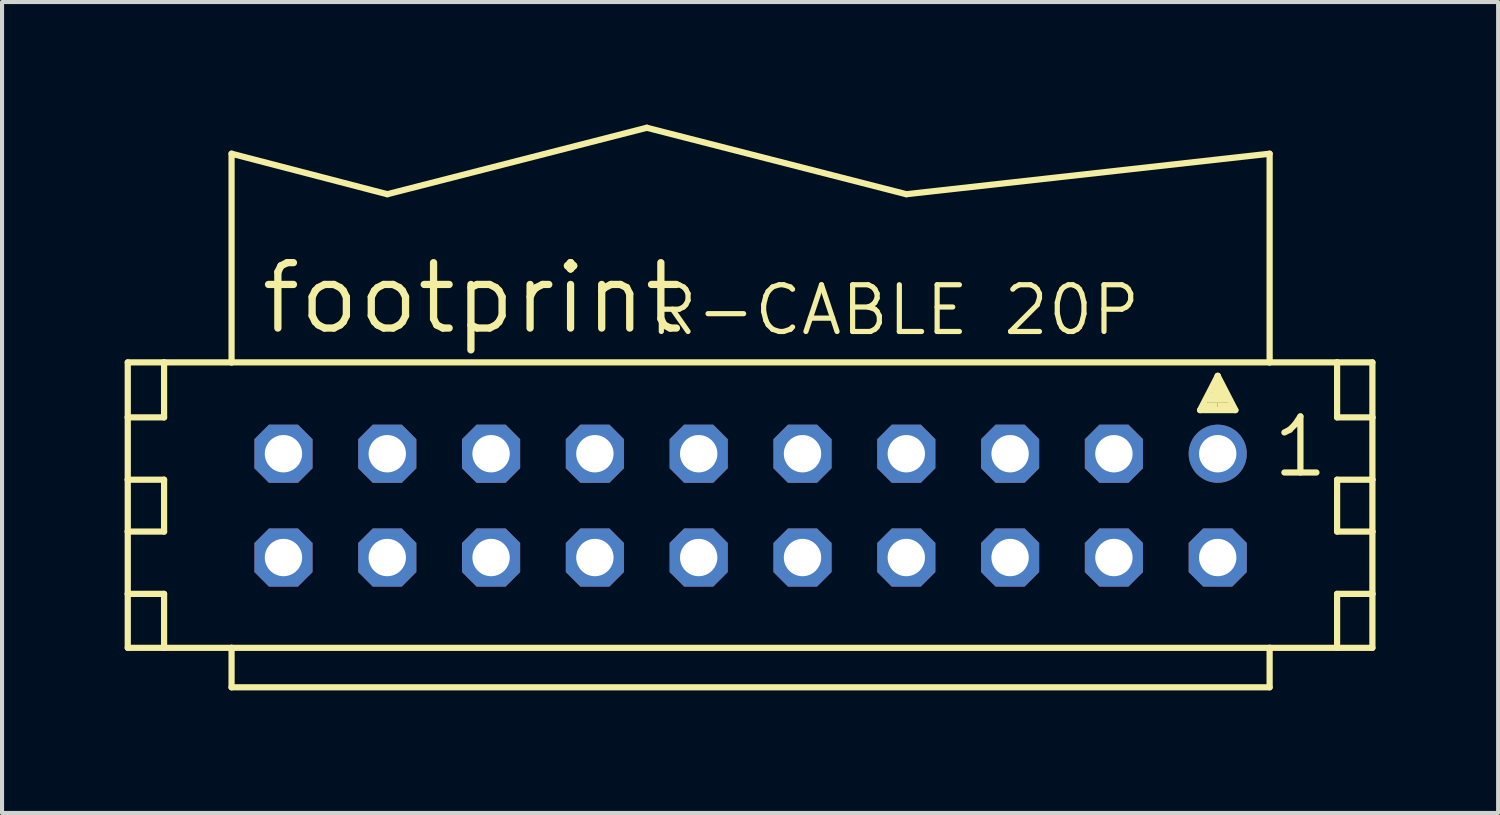
<source format=kicad_pcb>
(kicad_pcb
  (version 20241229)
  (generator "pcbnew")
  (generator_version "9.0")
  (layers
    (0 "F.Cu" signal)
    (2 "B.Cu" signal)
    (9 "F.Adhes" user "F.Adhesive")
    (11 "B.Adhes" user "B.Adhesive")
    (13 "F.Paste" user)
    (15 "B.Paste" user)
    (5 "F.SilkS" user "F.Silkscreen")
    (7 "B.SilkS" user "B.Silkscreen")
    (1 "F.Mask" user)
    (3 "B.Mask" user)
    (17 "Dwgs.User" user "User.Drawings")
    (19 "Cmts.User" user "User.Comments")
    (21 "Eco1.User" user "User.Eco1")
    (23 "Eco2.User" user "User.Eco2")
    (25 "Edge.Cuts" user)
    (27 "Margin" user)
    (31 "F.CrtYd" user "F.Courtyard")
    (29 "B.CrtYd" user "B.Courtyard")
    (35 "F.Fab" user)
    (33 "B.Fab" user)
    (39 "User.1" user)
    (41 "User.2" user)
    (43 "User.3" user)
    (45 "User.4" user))
  (footprint "footprint"
    (layer "F.Cu")
    (at 15.316 9.322)
    (property "Reference" "footprint" (at -12.065 -4.14 0) (layer "F.SilkS") (effects (font (size 1.6 1.6) (thickness 0.178)) (justify left bottom)))
    (fp_line (start -15.24 -3.505) (end -15.24 -2.159) (stroke (width 0.152) (type solid)) (layer "F.SilkS"))
    (fp_line (start -15.24 -2.159) (end -15.24 -0.635) (stroke (width 0.152) (type solid)) (layer "F.SilkS"))
    (fp_line (start -15.24 -2.159) (end -14.351 -2.159) (stroke (width 0.152) (type solid)) (layer "F.SilkS"))
    (fp_line (start -15.24 -0.635) (end -15.24 0.635) (stroke (width 0.152) (type solid)) (layer "F.SilkS"))
    (fp_line (start -15.24 -0.635) (end -14.351 -0.635) (stroke (width 0.152) (type solid)) (layer "F.SilkS"))
    (fp_line (start -15.24 0.635) (end -15.24 2.159) (stroke (width 0.152) (type solid)) (layer "F.SilkS"))
    (fp_line (start -15.24 0.635) (end -14.351 0.635) (stroke (width 0.152) (type solid)) (layer "F.SilkS"))
    (fp_line (start -15.24 2.159) (end -15.24 3.48) (stroke (width 0.152) (type solid)) (layer "F.SilkS"))
    (fp_line (start -15.24 2.159) (end -14.351 2.159) (stroke (width 0.152) (type solid)) (layer "F.SilkS"))
    (fp_line (start -15.24 3.48) (end -14.351 3.48) (stroke (width 0.152) (type solid)) (layer "F.SilkS"))
    (fp_line (start -14.351 -3.505) (end -15.24 -3.505) (stroke (width 0.152) (type solid)) (layer "F.SilkS"))
    (fp_line (start -14.351 -3.505) (end -14.351 -2.159) (stroke (width 0.152) (type solid)) (layer "F.SilkS"))
    (fp_line (start -14.351 -0.635) (end -14.351 0.635) (stroke (width 0.152) (type solid)) (layer "F.SilkS"))
    (fp_line (start -14.351 2.159) (end -14.351 3.48) (stroke (width 0.152) (type solid)) (layer "F.SilkS"))
    (fp_line (start -14.351 3.48) (end -12.7 3.48) (stroke (width 0.152) (type solid)) (layer "F.SilkS"))
    (fp_line (start -12.7 -3.505) (end -14.351 -3.505) (stroke (width 0.152) (type solid)) (layer "F.SilkS"))
    (fp_line (start -12.7 -3.505) (end -12.7 -8.611) (stroke (width 0.152) (type solid)) (layer "F.SilkS"))
    (fp_line (start -12.7 3.48) (end -12.7 4.445) (stroke (width 0.152) (type solid)) (layer "F.SilkS"))
    (fp_line (start -12.7 3.48) (end 12.7 3.48) (stroke (width 0.152) (type solid)) (layer "F.SilkS"))
    (fp_line (start -8.89 -7.62) (end -12.7 -8.611) (stroke (width 0.152) (type solid)) (layer "F.SilkS"))
    (fp_line (start -8.89 -7.62) (end -2.54 -9.246) (stroke (width 0.152) (type solid)) (layer "F.SilkS"))
    (fp_line (start 3.81 -7.62) (end -2.54 -9.246) (stroke (width 0.152) (type solid)) (layer "F.SilkS"))
    (fp_line (start 3.81 -7.62) (end 12.7 -8.611) (stroke (width 0.152) (type solid)) (layer "F.SilkS"))
    (fp_line (start 10.998 -2.337) (end 11.43 -3.175) (stroke (width 0.152) (type solid)) (layer "F.SilkS"))
    (fp_line (start 11.43 -3.175) (end 11.43 -2.921) (stroke (width 0.152) (type solid)) (layer "F.SilkS"))
    (fp_line (start 11.43 -3.175) (end 11.862 -2.337) (stroke (width 0.152) (type solid)) (layer "F.SilkS"))
    (fp_line (start 11.862 -2.337) (end 10.998 -2.337) (stroke (width 0.152) (type solid)) (layer "F.SilkS"))
    (fp_line (start 12.7 -3.505) (end -12.7 -3.505) (stroke (width 0.152) (type solid)) (layer "F.SilkS"))
    (fp_line (start 12.7 -3.505) (end 12.7 -8.611) (stroke (width 0.152) (type solid)) (layer "F.SilkS"))
    (fp_line (start 12.7 3.48) (end 12.7 4.445) (stroke (width 0.152) (type solid)) (layer "F.SilkS"))
    (fp_line (start 12.7 3.48) (end 14.351 3.48) (stroke (width 0.152) (type solid)) (layer "F.SilkS"))
    (fp_line (start 12.7 4.445) (end -12.7 4.445) (stroke (width 0.152) (type solid)) (layer "F.SilkS"))
    (fp_line (start 14.351 -3.505) (end 12.7 -3.505) (stroke (width 0.152) (type solid)) (layer "F.SilkS"))
    (fp_line (start 14.351 -3.505) (end 14.351 -2.159) (stroke (width 0.152) (type solid)) (layer "F.SilkS"))
    (fp_line (start 14.351 -2.159) (end 15.215 -2.159) (stroke (width 0.152) (type solid)) (layer "F.SilkS"))
    (fp_line (start 14.351 -0.635) (end 14.351 0.635) (stroke (width 0.152) (type solid)) (layer "F.SilkS"))
    (fp_line (start 14.351 -0.635) (end 15.215 -0.635) (stroke (width 0.152) (type solid)) (layer "F.SilkS"))
    (fp_line (start 14.351 0.635) (end 15.215 0.635) (stroke (width 0.152) (type solid)) (layer "F.SilkS"))
    (fp_line (start 14.351 2.159) (end 14.351 3.48) (stroke (width 0.152) (type solid)) (layer "F.SilkS"))
    (fp_line (start 14.351 2.159) (end 15.215 2.159) (stroke (width 0.152) (type solid)) (layer "F.SilkS"))
    (fp_line (start 14.351 3.48) (end 15.215 3.48) (stroke (width 0.152) (type solid)) (layer "F.SilkS"))
    (fp_line (start 15.215 -3.505) (end 14.351 -3.505) (stroke (width 0.152) (type solid)) (layer "F.SilkS"))
    (fp_line (start 15.215 -2.159) (end 15.215 -3.505) (stroke (width 0.152) (type solid)) (layer "F.SilkS"))
    (fp_line (start 15.215 -0.635) (end 15.215 -2.159) (stroke (width 0.152) (type solid)) (layer "F.SilkS"))
    (fp_line (start 15.215 0.635) (end 15.215 -0.635) (stroke (width 0.152) (type solid)) (layer "F.SilkS"))
    (fp_line (start 15.215 2.159) (end 15.215 0.635) (stroke (width 0.152) (type solid)) (layer "F.SilkS"))
    (fp_line (start 15.215 3.48) (end 15.215 2.159) (stroke (width 0.152) (type solid)) (layer "F.SilkS"))
    (fp_poly (pts (xy 11.049 -2.388) (xy 11.43 -2.388) (xy 11.43 -2.515) (xy 11.049 -2.515)) (stroke (width 0) (type solid)) (fill yes) (layer "F.SilkS"))
    (fp_poly (pts (xy 11.176 -2.515) (xy 11.684 -2.515) (xy 11.684 -2.769) (xy 11.176 -2.769)) (stroke (width 0) (type solid)) (fill yes) (layer "F.SilkS"))
    (fp_poly (pts (xy 11.303 -2.718) (xy 11.557 -2.718) (xy 11.557 -2.972) (xy 11.303 -2.972)) (stroke (width 0) (type solid)) (fill yes) (layer "F.SilkS"))
    (fp_poly (pts (xy 11.43 -2.388) (xy 11.811 -2.388) (xy 11.811 -2.515) (xy 11.43 -2.515)) (stroke (width 0) (type solid)) (fill yes) (layer "F.SilkS"))
    (fp_text user "1" (at 12.7 -0.635 0) (layer "F.SilkS") (effects (font (size 1.372 1.372) (thickness 0.152)) (justify left bottom)))
    (fp_text user "R-CABLE 20P" (at -2.54 -4.115 0) (layer "F.SilkS") (effects (font (size 1.143 1.143) (thickness 0.127)) (justify left bottom)))
    (pad "1" thru_hole circle (at 11.43 -1.27) (size 1.422 1.422) (drill 0.914) (layers "*.Cu" "*.Mask"))
    (pad "2" thru_hole roundrect (at 11.43 1.27) (size 1.422 1.422) (drill 0.914) (layers "*.Cu" "*.Mask") (roundrect_rratio 0.25) (chamfer_ratio 0.25) (chamfer top_left top_right bottom_left bottom_right))
    (pad "3" thru_hole roundrect (at 8.89 -1.27) (size 1.422 1.422) (drill 0.914) (layers "*.Cu" "*.Mask") (roundrect_rratio 0.25) (chamfer_ratio 0.25) (chamfer top_left top_right bottom_left bottom_right))
    (pad "4" thru_hole roundrect (at 8.89 1.27) (size 1.422 1.422) (drill 0.914) (layers "*.Cu" "*.Mask") (roundrect_rratio 0.25) (chamfer_ratio 0.25) (chamfer top_left top_right bottom_left bottom_right))
    (pad "5" thru_hole roundrect (at 6.35 -1.27) (size 1.422 1.422) (drill 0.914) (layers "*.Cu" "*.Mask") (roundrect_rratio 0.25) (chamfer_ratio 0.25) (chamfer top_left top_right bottom_left bottom_right))
    (pad "6" thru_hole roundrect (at 6.35 1.27) (size 1.422 1.422) (drill 0.914) (layers "*.Cu" "*.Mask") (roundrect_rratio 0.25) (chamfer_ratio 0.25) (chamfer top_left top_right bottom_left bottom_right))
    (pad "7" thru_hole roundrect (at 3.81 -1.27) (size 1.422 1.422) (drill 0.914) (layers "*.Cu" "*.Mask") (roundrect_rratio 0.25) (chamfer_ratio 0.25) (chamfer top_left top_right bottom_left bottom_right))
    (pad "8" thru_hole roundrect (at 3.81 1.27) (size 1.422 1.422) (drill 0.914) (layers "*.Cu" "*.Mask") (roundrect_rratio 0.25) (chamfer_ratio 0.25) (chamfer top_left top_right bottom_left bottom_right))
    (pad "9" thru_hole roundrect (at 1.27 -1.27) (size 1.422 1.422) (drill 0.914) (layers "*.Cu" "*.Mask") (roundrect_rratio 0.25) (chamfer_ratio 0.25) (chamfer top_left top_right bottom_left bottom_right))
    (pad "10" thru_hole roundrect (at 1.27 1.27) (size 1.422 1.422) (drill 0.914) (layers "*.Cu" "*.Mask") (roundrect_rratio 0.25) (chamfer_ratio 0.25) (chamfer top_left top_right bottom_left bottom_right))
    (pad "11" thru_hole roundrect (at -1.27 -1.27) (size 1.422 1.422) (drill 0.914) (layers "*.Cu" "*.Mask") (roundrect_rratio 0.25) (chamfer_ratio 0.25) (chamfer top_left top_right bottom_left bottom_right))
    (pad "12" thru_hole roundrect (at -1.27 1.27) (size 1.422 1.422) (drill 0.914) (layers "*.Cu" "*.Mask") (roundrect_rratio 0.25) (chamfer_ratio 0.25) (chamfer top_left top_right bottom_left bottom_right))
    (pad "13" thru_hole roundrect (at -3.81 -1.27) (size 1.422 1.422) (drill 0.914) (layers "*.Cu" "*.Mask") (roundrect_rratio 0.25) (chamfer_ratio 0.25) (chamfer top_left top_right bottom_left bottom_right))
    (pad "14" thru_hole roundrect (at -3.81 1.27) (size 1.422 1.422) (drill 0.914) (layers "*.Cu" "*.Mask") (roundrect_rratio 0.25) (chamfer_ratio 0.25) (chamfer top_left top_right bottom_left bottom_right))
    (pad "15" thru_hole roundrect (at -6.35 -1.27) (size 1.422 1.422) (drill 0.914) (layers "*.Cu" "*.Mask") (roundrect_rratio 0.25) (chamfer_ratio 0.25) (chamfer top_left top_right bottom_left bottom_right))
    (pad "16" thru_hole roundrect (at -6.35 1.27) (size 1.422 1.422) (drill 0.914) (layers "*.Cu" "*.Mask") (roundrect_rratio 0.25) (chamfer_ratio 0.25) (chamfer top_left top_right bottom_left bottom_right))
    (pad "17" thru_hole roundrect (at -8.89 -1.27) (size 1.422 1.422) (drill 0.914) (layers "*.Cu" "*.Mask") (roundrect_rratio 0.25) (chamfer_ratio 0.25) (chamfer top_left top_right bottom_left bottom_right))
    (pad "18" thru_hole roundrect (at -8.89 1.27) (size 1.422 1.422) (drill 0.914) (layers "*.Cu" "*.Mask") (roundrect_rratio 0.25) (chamfer_ratio 0.25) (chamfer top_left top_right bottom_left bottom_right))
    (pad "19" thru_hole roundrect (at -11.43 -1.27) (size 1.422 1.422) (drill 0.914) (layers "*.Cu" "*.Mask") (roundrect_rratio 0.25) (chamfer_ratio 0.25) (chamfer top_left top_right bottom_left bottom_right))
    (pad "20" thru_hole roundrect (at -11.43 1.27) (size 1.422 1.422) (drill 0.914) (layers "*.Cu" "*.Mask") (roundrect_rratio 0.25) (chamfer_ratio 0.25) (chamfer top_left top_right bottom_left bottom_right)))
  (gr_rect
    (start -3 -3)
    (end 33.607 16.843)
    (stroke (width 0.1) (type default))
    (fill no)
    (layer "Edge.Cuts")))
</source>
